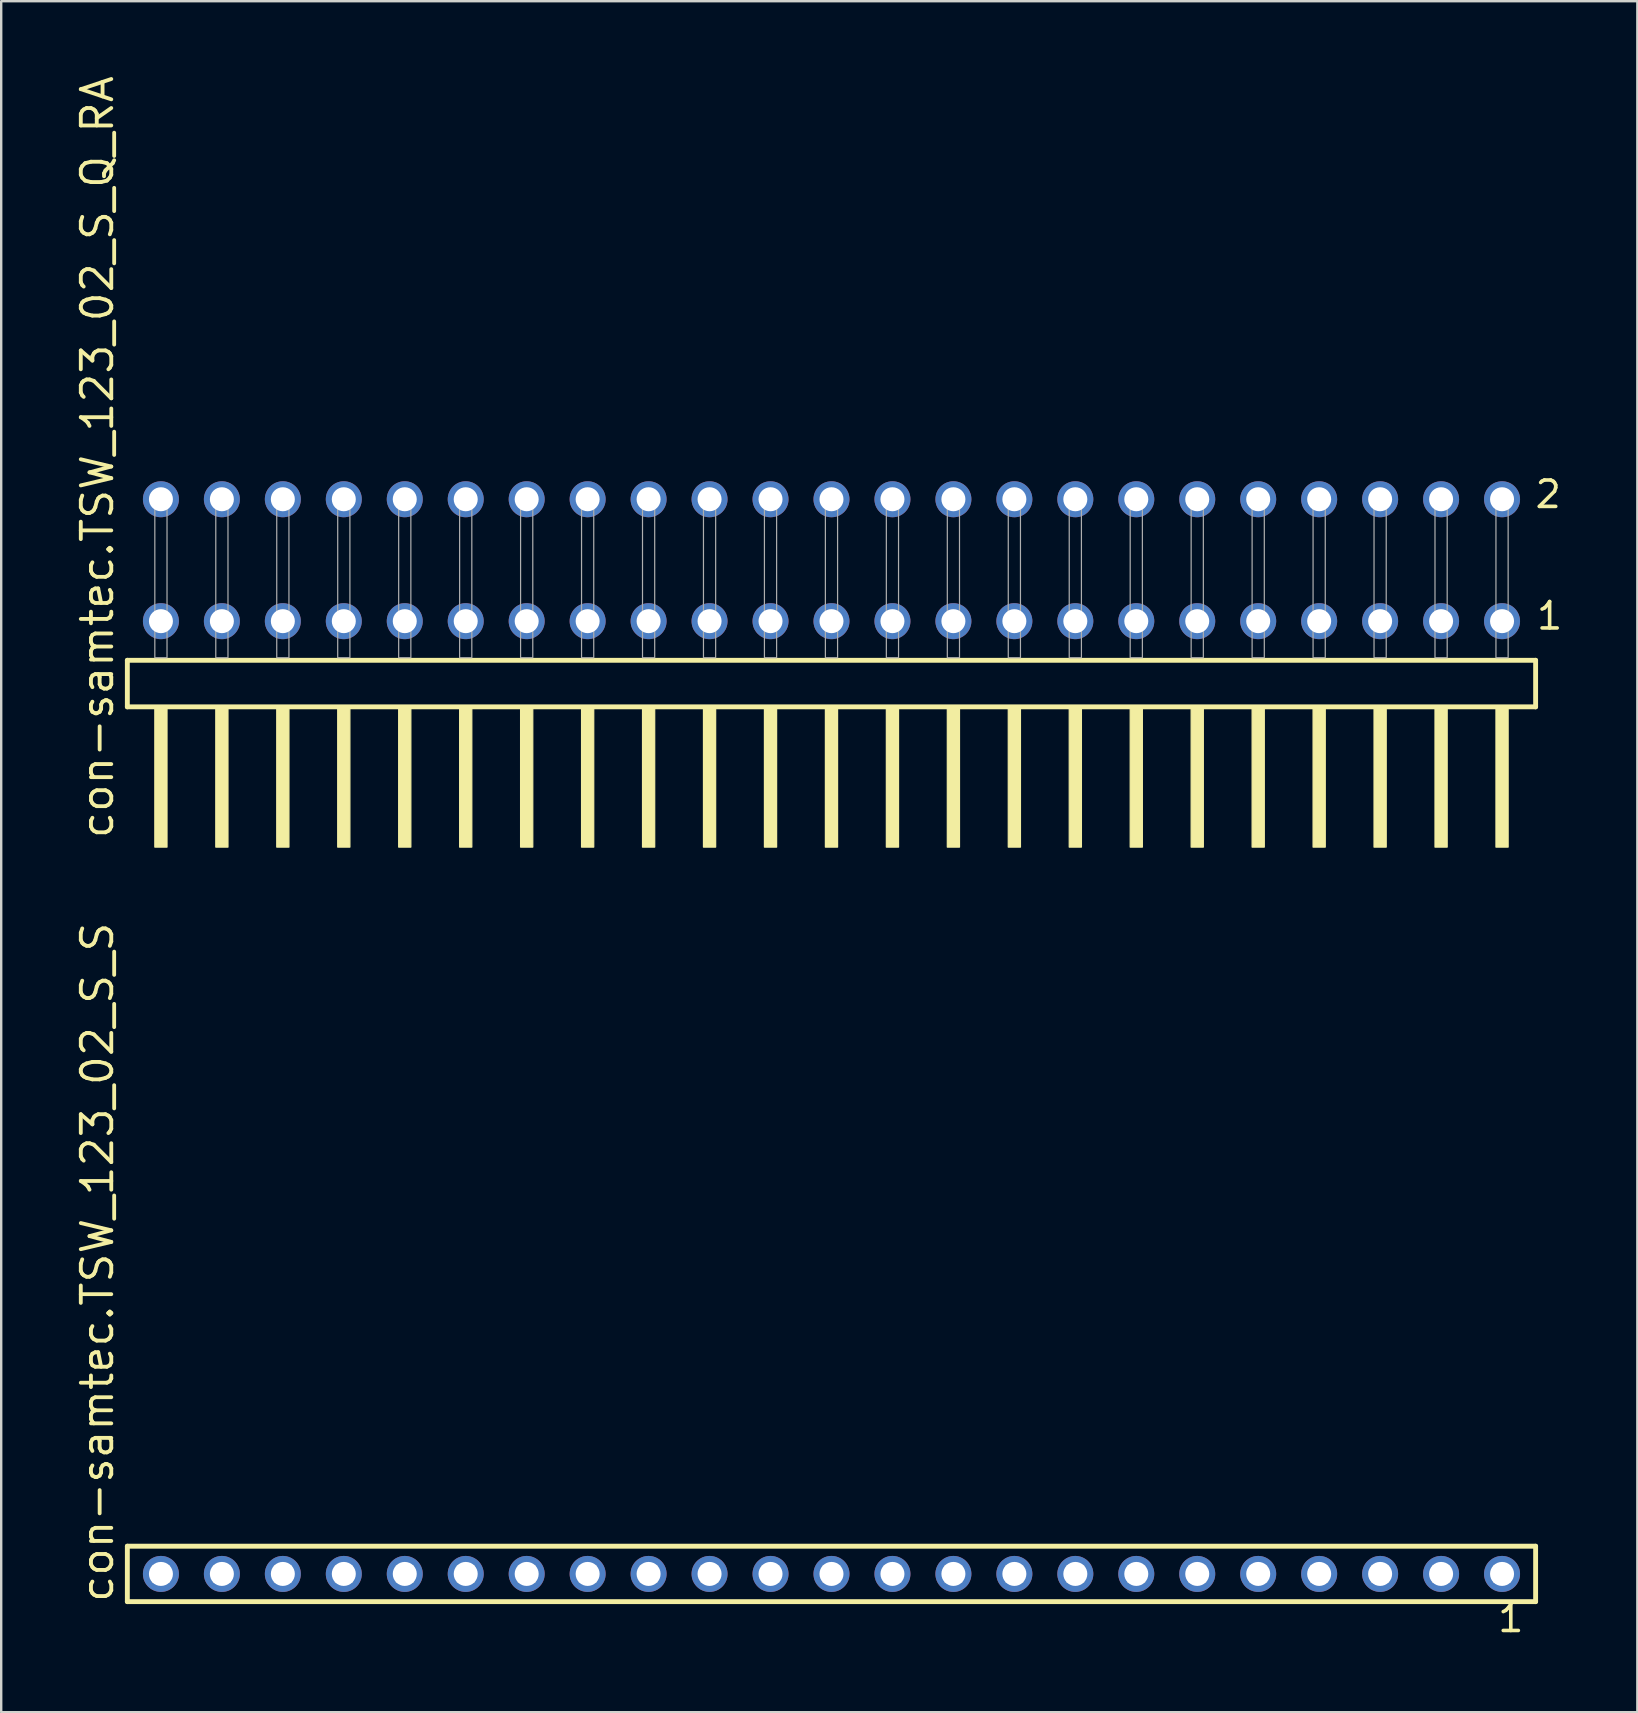
<source format=kicad_pcb>
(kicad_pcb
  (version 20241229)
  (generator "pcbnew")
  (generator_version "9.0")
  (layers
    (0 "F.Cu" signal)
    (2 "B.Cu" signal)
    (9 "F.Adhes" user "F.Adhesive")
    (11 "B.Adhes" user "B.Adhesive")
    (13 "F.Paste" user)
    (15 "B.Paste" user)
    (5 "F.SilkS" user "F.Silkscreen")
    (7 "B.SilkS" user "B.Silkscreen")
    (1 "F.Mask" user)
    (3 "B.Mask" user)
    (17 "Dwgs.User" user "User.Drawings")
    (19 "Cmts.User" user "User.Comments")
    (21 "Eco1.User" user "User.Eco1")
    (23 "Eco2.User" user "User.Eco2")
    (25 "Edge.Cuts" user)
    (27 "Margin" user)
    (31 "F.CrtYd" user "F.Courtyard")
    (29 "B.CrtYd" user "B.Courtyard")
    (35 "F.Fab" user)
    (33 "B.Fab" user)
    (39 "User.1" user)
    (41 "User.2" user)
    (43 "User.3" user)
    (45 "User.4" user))
  (footprint "con-samtec.TSW_123_02_S_Q_RA"
    (layer "F.Cu")
    (at 31.595 24.356)
    (property "Reference" "con-samtec.TSW_123_02_S_Q_RA" (at -29.845 7.62 90) (layer "F.SilkS") (effects (font (size 1.27 1.27) (thickness 0.16)) (justify left bottom)))
    (attr through_hole)
    (fp_line (start -29.339 0.106) (end -29.339 2.046) (stroke (width 0.203) (type default)) (layer "F.SilkS"))
    (fp_line (start -29.339 2.046) (end 29.339 2.046) (stroke (width 0.203) (type default)) (layer "F.SilkS"))
    (fp_line (start 29.339 0.106) (end -29.339 0.106) (stroke (width 0.203) (type default)) (layer "F.SilkS"))
    (fp_line (start 29.339 2.046) (end 29.339 0.106) (stroke (width 0.203) (type default)) (layer "F.SilkS"))
    (fp_rect (start -28.194 7.89) (end -27.686 2.04) (stroke (width 0.05) (type default)) (fill yes) (layer "F.SilkS"))
    (fp_rect (start -25.654 7.89) (end -25.146 2.04) (stroke (width 0.05) (type default)) (fill yes) (layer "F.SilkS"))
    (fp_rect (start -23.114 7.89) (end -22.606 2.04) (stroke (width 0.05) (type default)) (fill yes) (layer "F.SilkS"))
    (fp_rect (start -20.574 7.89) (end -20.066 2.04) (stroke (width 0.05) (type default)) (fill yes) (layer "F.SilkS"))
    (fp_rect (start -18.034 7.89) (end -17.526 2.04) (stroke (width 0.05) (type default)) (fill yes) (layer "F.SilkS"))
    (fp_rect (start -15.494 7.89) (end -14.986 2.04) (stroke (width 0.05) (type default)) (fill yes) (layer "F.SilkS"))
    (fp_rect (start -12.954 7.89) (end -12.446 2.04) (stroke (width 0.05) (type default)) (fill yes) (layer "F.SilkS"))
    (fp_rect (start -10.414 7.89) (end -9.906 2.04) (stroke (width 0.05) (type default)) (fill yes) (layer "F.SilkS"))
    (fp_rect (start -7.874 7.89) (end -7.366 2.04) (stroke (width 0.05) (type default)) (fill yes) (layer "F.SilkS"))
    (fp_rect (start -5.334 7.89) (end -4.826 2.04) (stroke (width 0.05) (type default)) (fill yes) (layer "F.SilkS"))
    (fp_rect (start -2.794 7.89) (end -2.286 2.04) (stroke (width 0.05) (type default)) (fill yes) (layer "F.SilkS"))
    (fp_rect (start -0.254 7.89) (end 0.254 2.04) (stroke (width 0.05) (type default)) (fill yes) (layer "F.SilkS"))
    (fp_rect (start 2.286 7.89) (end 2.794 2.04) (stroke (width 0.05) (type default)) (fill yes) (layer "F.SilkS"))
    (fp_rect (start 4.826 7.89) (end 5.334 2.04) (stroke (width 0.05) (type default)) (fill yes) (layer "F.SilkS"))
    (fp_rect (start 7.366 7.89) (end 7.874 2.04) (stroke (width 0.05) (type default)) (fill yes) (layer "F.SilkS"))
    (fp_rect (start 9.906 7.89) (end 10.414 2.04) (stroke (width 0.05) (type default)) (fill yes) (layer "F.SilkS"))
    (fp_rect (start 12.446 7.89) (end 12.954 2.04) (stroke (width 0.05) (type default)) (fill yes) (layer "F.SilkS"))
    (fp_rect (start 14.986 7.89) (end 15.494 2.04) (stroke (width 0.05) (type default)) (fill yes) (layer "F.SilkS"))
    (fp_rect (start 17.526 7.89) (end 18.034 2.04) (stroke (width 0.05) (type default)) (fill yes) (layer "F.SilkS"))
    (fp_rect (start 20.066 7.89) (end 20.574 2.04) (stroke (width 0.05) (type default)) (fill yes) (layer "F.SilkS"))
    (fp_rect (start 22.606 7.89) (end 23.114 2.04) (stroke (width 0.05) (type default)) (fill yes) (layer "F.SilkS"))
    (fp_rect (start 25.146 7.89) (end 25.654 2.04) (stroke (width 0.05) (type default)) (fill yes) (layer "F.SilkS"))
    (fp_rect (start 27.686 7.89) (end 28.194 2.04) (stroke (width 0.05) (type default)) (fill yes) (layer "F.SilkS"))
    (fp_rect (start -28.194 0) (end -27.686 -6.858) (stroke (width 0.05) (type default)) (fill no) (layer "F.Fab"))
    (fp_rect (start -25.654 0) (end -25.146 -6.858) (stroke (width 0.05) (type default)) (fill no) (layer "F.Fab"))
    (fp_rect (start -23.114 0) (end -22.606 -6.858) (stroke (width 0.05) (type default)) (fill no) (layer "F.Fab"))
    (fp_rect (start -20.574 0) (end -20.066 -6.858) (stroke (width 0.05) (type default)) (fill no) (layer "F.Fab"))
    (fp_rect (start -18.034 0) (end -17.526 -6.858) (stroke (width 0.05) (type default)) (fill no) (layer "F.Fab"))
    (fp_rect (start -15.494 0) (end -14.986 -6.858) (stroke (width 0.05) (type default)) (fill no) (layer "F.Fab"))
    (fp_rect (start -12.954 0) (end -12.446 -6.858) (stroke (width 0.05) (type default)) (fill no) (layer "F.Fab"))
    (fp_rect (start -10.414 0) (end -9.906 -6.858) (stroke (width 0.05) (type default)) (fill no) (layer "F.Fab"))
    (fp_rect (start -7.874 0) (end -7.366 -6.858) (stroke (width 0.05) (type default)) (fill no) (layer "F.Fab"))
    (fp_rect (start -5.334 0) (end -4.826 -6.858) (stroke (width 0.05) (type default)) (fill no) (layer "F.Fab"))
    (fp_rect (start -2.794 0) (end -2.286 -6.858) (stroke (width 0.05) (type default)) (fill no) (layer "F.Fab"))
    (fp_rect (start -0.254 0) (end 0.254 -6.858) (stroke (width 0.05) (type default)) (fill no) (layer "F.Fab"))
    (fp_rect (start 2.286 0) (end 2.794 -6.858) (stroke (width 0.05) (type default)) (fill no) (layer "F.Fab"))
    (fp_rect (start 4.826 0) (end 5.334 -6.858) (stroke (width 0.05) (type default)) (fill no) (layer "F.Fab"))
    (fp_rect (start 7.366 0) (end 7.874 -6.858) (stroke (width 0.05) (type default)) (fill no) (layer "F.Fab"))
    (fp_rect (start 9.906 0) (end 10.414 -6.858) (stroke (width 0.05) (type default)) (fill no) (layer "F.Fab"))
    (fp_rect (start 12.446 0) (end 12.954 -6.858) (stroke (width 0.05) (type default)) (fill no) (layer "F.Fab"))
    (fp_rect (start 14.986 0) (end 15.494 -6.858) (stroke (width 0.05) (type default)) (fill no) (layer "F.Fab"))
    (fp_rect (start 17.526 0) (end 18.034 -6.858) (stroke (width 0.05) (type default)) (fill no) (layer "F.Fab"))
    (fp_rect (start 20.066 0) (end 20.574 -6.858) (stroke (width 0.05) (type default)) (fill no) (layer "F.Fab"))
    (fp_rect (start 22.606 0) (end 23.114 -6.858) (stroke (width 0.05) (type default)) (fill no) (layer "F.Fab"))
    (fp_rect (start 25.146 0) (end 25.654 -6.858) (stroke (width 0.05) (type default)) (fill no) (layer "F.Fab"))
    (fp_rect (start 27.686 0) (end 28.194 -6.858) (stroke (width 0.05) (type default)) (fill no) (layer "F.Fab"))
    (fp_text user "2" (at 29.24 -6.165 0) (layer "F.SilkS") (effects (font (size 1.1 1.1) (thickness 0.15)) (justify left bottom)))
    (fp_text user "1" (at 29.3 -1.1 0) (layer "F.SilkS") (effects (font (size 1.1 1.1) (thickness 0.15)) (justify left bottom)))
    (pad "1" thru_hole circle (at 27.94 -1.524 180) (size 1.5 1.5) (drill 1) (layers "*.Cu" "*.Mask"))
    (pad "2" thru_hole circle (at 27.94 -6.604 180) (size 1.5 1.5) (drill 1) (layers "*.Cu" "*.Mask"))
    (pad "3" thru_hole circle (at 25.4 -1.524 180) (size 1.5 1.5) (drill 1) (layers "*.Cu" "*.Mask"))
    (pad "4" thru_hole circle (at 25.4 -6.604 180) (size 1.5 1.5) (drill 1) (layers "*.Cu" "*.Mask"))
    (pad "5" thru_hole circle (at 22.86 -1.524 180) (size 1.5 1.5) (drill 1) (layers "*.Cu" "*.Mask"))
    (pad "6" thru_hole circle (at 22.86 -6.604 180) (size 1.5 1.5) (drill 1) (layers "*.Cu" "*.Mask"))
    (pad "7" thru_hole circle (at 20.32 -1.524 180) (size 1.5 1.5) (drill 1) (layers "*.Cu" "*.Mask"))
    (pad "8" thru_hole circle (at 20.32 -6.604 180) (size 1.5 1.5) (drill 1) (layers "*.Cu" "*.Mask"))
    (pad "9" thru_hole circle (at 17.78 -1.524 180) (size 1.5 1.5) (drill 1) (layers "*.Cu" "*.Mask"))
    (pad "10" thru_hole circle (at 17.78 -6.604 180) (size 1.5 1.5) (drill 1) (layers "*.Cu" "*.Mask"))
    (pad "11" thru_hole circle (at 15.24 -1.524 180) (size 1.5 1.5) (drill 1) (layers "*.Cu" "*.Mask"))
    (pad "12" thru_hole circle (at 15.24 -6.604 180) (size 1.5 1.5) (drill 1) (layers "*.Cu" "*.Mask"))
    (pad "13" thru_hole circle (at 12.7 -1.524 180) (size 1.5 1.5) (drill 1) (layers "*.Cu" "*.Mask"))
    (pad "14" thru_hole circle (at 12.7 -6.604 180) (size 1.5 1.5) (drill 1) (layers "*.Cu" "*.Mask"))
    (pad "15" thru_hole circle (at 10.16 -1.524 180) (size 1.5 1.5) (drill 1) (layers "*.Cu" "*.Mask"))
    (pad "16" thru_hole circle (at 10.16 -6.604 180) (size 1.5 1.5) (drill 1) (layers "*.Cu" "*.Mask"))
    (pad "17" thru_hole circle (at 7.62 -1.524 180) (size 1.5 1.5) (drill 1) (layers "*.Cu" "*.Mask"))
    (pad "18" thru_hole circle (at 7.62 -6.604 180) (size 1.5 1.5) (drill 1) (layers "*.Cu" "*.Mask"))
    (pad "19" thru_hole circle (at 5.08 -1.524 180) (size 1.5 1.5) (drill 1) (layers "*.Cu" "*.Mask"))
    (pad "20" thru_hole circle (at 5.08 -6.604 180) (size 1.5 1.5) (drill 1) (layers "*.Cu" "*.Mask"))
    (pad "21" thru_hole circle (at 2.54 -1.524 180) (size 1.5 1.5) (drill 1) (layers "*.Cu" "*.Mask"))
    (pad "22" thru_hole circle (at 2.54 -6.604 180) (size 1.5 1.5) (drill 1) (layers "*.Cu" "*.Mask"))
    (pad "23" thru_hole circle (at 0 -1.524 180) (size 1.5 1.5) (drill 1) (layers "*.Cu" "*.Mask"))
    (pad "24" thru_hole circle (at 0 -6.604 180) (size 1.5 1.5) (drill 1) (layers "*.Cu" "*.Mask"))
    (pad "25" thru_hole circle (at -2.54 -1.524 180) (size 1.5 1.5) (drill 1) (layers "*.Cu" "*.Mask"))
    (pad "26" thru_hole circle (at -2.54 -6.604 180) (size 1.5 1.5) (drill 1) (layers "*.Cu" "*.Mask"))
    (pad "27" thru_hole circle (at -5.08 -1.524 180) (size 1.5 1.5) (drill 1) (layers "*.Cu" "*.Mask"))
    (pad "28" thru_hole circle (at -5.08 -6.604 180) (size 1.5 1.5) (drill 1) (layers "*.Cu" "*.Mask"))
    (pad "29" thru_hole circle (at -7.62 -1.524 180) (size 1.5 1.5) (drill 1) (layers "*.Cu" "*.Mask"))
    (pad "30" thru_hole circle (at -7.62 -6.604 180) (size 1.5 1.5) (drill 1) (layers "*.Cu" "*.Mask"))
    (pad "31" thru_hole circle (at -10.16 -1.524 180) (size 1.5 1.5) (drill 1) (layers "*.Cu" "*.Mask"))
    (pad "32" thru_hole circle (at -10.16 -6.604 180) (size 1.5 1.5) (drill 1) (layers "*.Cu" "*.Mask"))
    (pad "33" thru_hole circle (at -12.7 -1.524 180) (size 1.5 1.5) (drill 1) (layers "*.Cu" "*.Mask"))
    (pad "34" thru_hole circle (at -12.7 -6.604 180) (size 1.5 1.5) (drill 1) (layers "*.Cu" "*.Mask"))
    (pad "35" thru_hole circle (at -15.24 -1.524 180) (size 1.5 1.5) (drill 1) (layers "*.Cu" "*.Mask"))
    (pad "36" thru_hole circle (at -15.24 -6.604 180) (size 1.5 1.5) (drill 1) (layers "*.Cu" "*.Mask"))
    (pad "37" thru_hole circle (at -17.78 -1.524 180) (size 1.5 1.5) (drill 1) (layers "*.Cu" "*.Mask"))
    (pad "38" thru_hole circle (at -17.78 -6.604 180) (size 1.5 1.5) (drill 1) (layers "*.Cu" "*.Mask"))
    (pad "39" thru_hole circle (at -20.32 -1.524 180) (size 1.5 1.5) (drill 1) (layers "*.Cu" "*.Mask"))
    (pad "40" thru_hole circle (at -20.32 -6.604 180) (size 1.5 1.5) (drill 1) (layers "*.Cu" "*.Mask"))
    (pad "41" thru_hole circle (at -22.86 -1.524 180) (size 1.5 1.5) (drill 1) (layers "*.Cu" "*.Mask"))
    (pad "42" thru_hole circle (at -22.86 -6.604 180) (size 1.5 1.5) (drill 1) (layers "*.Cu" "*.Mask"))
    (pad "43" thru_hole circle (at -25.4 -1.524 180) (size 1.5 1.5) (drill 1) (layers "*.Cu" "*.Mask"))
    (pad "44" thru_hole circle (at -25.4 -6.604 180) (size 1.5 1.5) (drill 1) (layers "*.Cu" "*.Mask"))
    (pad "45" thru_hole circle (at -27.94 -1.524 180) (size 1.5 1.5) (drill 1) (layers "*.Cu" "*.Mask"))
    (pad "46" thru_hole circle (at -27.94 -6.604 180) (size 1.5 1.5) (drill 1) (layers "*.Cu" "*.Mask")))
  (footprint "con-samtec.TSW_123_02_S_S"
    (layer "F.Cu")
    (at 31.595 62.53)
    (property "Reference" "con-samtec.TSW_123_02_S_S" (at -29.845 1.27 90) (layer "F.SilkS") (effects (font (size 1.27 1.27) (thickness 0.16)) (justify left bottom)))
    (attr through_hole)
    (fp_line (start -29.339 -1.155) (end 29.339 -1.155) (stroke (width 0.203) (type default)) (layer "F.SilkS"))
    (fp_line (start -29.339 1.155) (end -29.339 -1.155) (stroke (width 0.203) (type default)) (layer "F.SilkS"))
    (fp_line (start 29.339 -1.155) (end 29.339 1.155) (stroke (width 0.203) (type default)) (layer "F.SilkS"))
    (fp_line (start 29.339 1.155) (end -29.339 1.155) (stroke (width 0.203) (type default)) (layer "F.SilkS"))
    (fp_rect (start -28.29 0.35) (end -27.59 -0.35) (stroke (width 0.05) (type default)) (fill no) (layer "F.Fab"))
    (fp_rect (start -25.75 0.35) (end -25.05 -0.35) (stroke (width 0.05) (type default)) (fill no) (layer "F.Fab"))
    (fp_rect (start -23.21 0.35) (end -22.51 -0.35) (stroke (width 0.05) (type default)) (fill no) (layer "F.Fab"))
    (fp_rect (start -20.67 0.35) (end -19.97 -0.35) (stroke (width 0.05) (type default)) (fill no) (layer "F.Fab"))
    (fp_rect (start -18.13 0.35) (end -17.43 -0.35) (stroke (width 0.05) (type default)) (fill no) (layer "F.Fab"))
    (fp_rect (start -15.59 0.35) (end -14.89 -0.35) (stroke (width 0.05) (type default)) (fill no) (layer "F.Fab"))
    (fp_rect (start -13.05 0.35) (end -12.35 -0.35) (stroke (width 0.05) (type default)) (fill no) (layer "F.Fab"))
    (fp_rect (start -10.51 0.35) (end -9.81 -0.35) (stroke (width 0.05) (type default)) (fill no) (layer "F.Fab"))
    (fp_rect (start -7.97 0.35) (end -7.27 -0.35) (stroke (width 0.05) (type default)) (fill no) (layer "F.Fab"))
    (fp_rect (start -5.43 0.35) (end -4.73 -0.35) (stroke (width 0.05) (type default)) (fill no) (layer "F.Fab"))
    (fp_rect (start -2.89 0.35) (end -2.19 -0.35) (stroke (width 0.05) (type default)) (fill no) (layer "F.Fab"))
    (fp_rect (start -0.35 0.35) (end 0.35 -0.35) (stroke (width 0.05) (type default)) (fill no) (layer "F.Fab"))
    (fp_rect (start 2.19 0.35) (end 2.89 -0.35) (stroke (width 0.05) (type default)) (fill no) (layer "F.Fab"))
    (fp_rect (start 4.73 0.35) (end 5.43 -0.35) (stroke (width 0.05) (type default)) (fill no) (layer "F.Fab"))
    (fp_rect (start 7.27 0.35) (end 7.97 -0.35) (stroke (width 0.05) (type default)) (fill no) (layer "F.Fab"))
    (fp_rect (start 9.81 0.35) (end 10.51 -0.35) (stroke (width 0.05) (type default)) (fill no) (layer "F.Fab"))
    (fp_rect (start 12.35 0.35) (end 13.05 -0.35) (stroke (width 0.05) (type default)) (fill no) (layer "F.Fab"))
    (fp_rect (start 14.89 0.35) (end 15.59 -0.35) (stroke (width 0.05) (type default)) (fill no) (layer "F.Fab"))
    (fp_rect (start 17.43 0.35) (end 18.13 -0.35) (stroke (width 0.05) (type default)) (fill no) (layer "F.Fab"))
    (fp_rect (start 19.97 0.35) (end 20.67 -0.35) (stroke (width 0.05) (type default)) (fill no) (layer "F.Fab"))
    (fp_rect (start 22.51 0.35) (end 23.21 -0.35) (stroke (width 0.05) (type default)) (fill no) (layer "F.Fab"))
    (fp_rect (start 25.05 0.35) (end 25.75 -0.35) (stroke (width 0.05) (type default)) (fill no) (layer "F.Fab"))
    (fp_rect (start 27.59 0.35) (end 28.29 -0.35) (stroke (width 0.05) (type default)) (fill no) (layer "F.Fab"))
    (fp_text user "1" (at 27.682 2.498 0) (layer "F.SilkS") (effects (font (size 1.1 1.1) (thickness 0.15)) (justify left bottom)))
    (pad "1" thru_hole circle (at 27.94 0 180) (size 1.5 1.5) (drill 1) (layers "*.Cu" "*.Mask"))
    (pad "2" thru_hole circle (at 25.4 0 180) (size 1.5 1.5) (drill 1) (layers "*.Cu" "*.Mask"))
    (pad "3" thru_hole circle (at 22.86 0 180) (size 1.5 1.5) (drill 1) (layers "*.Cu" "*.Mask"))
    (pad "4" thru_hole circle (at 20.32 0 180) (size 1.5 1.5) (drill 1) (layers "*.Cu" "*.Mask"))
    (pad "5" thru_hole circle (at 17.78 0 180) (size 1.5 1.5) (drill 1) (layers "*.Cu" "*.Mask"))
    (pad "6" thru_hole circle (at 15.24 0 180) (size 1.5 1.5) (drill 1) (layers "*.Cu" "*.Mask"))
    (pad "7" thru_hole circle (at 12.7 0 180) (size 1.5 1.5) (drill 1) (layers "*.Cu" "*.Mask"))
    (pad "8" thru_hole circle (at 10.16 0 180) (size 1.5 1.5) (drill 1) (layers "*.Cu" "*.Mask"))
    (pad "9" thru_hole circle (at 7.62 0 180) (size 1.5 1.5) (drill 1) (layers "*.Cu" "*.Mask"))
    (pad "10" thru_hole circle (at 5.08 0 180) (size 1.5 1.5) (drill 1) (layers "*.Cu" "*.Mask"))
    (pad "11" thru_hole circle (at 2.54 0 180) (size 1.5 1.5) (drill 1) (layers "*.Cu" "*.Mask"))
    (pad "12" thru_hole circle (at 0 0 180) (size 1.5 1.5) (drill 1) (layers "*.Cu" "*.Mask"))
    (pad "13" thru_hole circle (at -2.54 0 180) (size 1.5 1.5) (drill 1) (layers "*.Cu" "*.Mask"))
    (pad "14" thru_hole circle (at -5.08 0 180) (size 1.5 1.5) (drill 1) (layers "*.Cu" "*.Mask"))
    (pad "15" thru_hole circle (at -7.62 0 180) (size 1.5 1.5) (drill 1) (layers "*.Cu" "*.Mask"))
    (pad "16" thru_hole circle (at -10.16 0 180) (size 1.5 1.5) (drill 1) (layers "*.Cu" "*.Mask"))
    (pad "17" thru_hole circle (at -12.7 0 180) (size 1.5 1.5) (drill 1) (layers "*.Cu" "*.Mask"))
    (pad "18" thru_hole circle (at -15.24 0 180) (size 1.5 1.5) (drill 1) (layers "*.Cu" "*.Mask"))
    (pad "19" thru_hole circle (at -17.78 0 180) (size 1.5 1.5) (drill 1) (layers "*.Cu" "*.Mask"))
    (pad "20" thru_hole circle (at -20.32 0 180) (size 1.5 1.5) (drill 1) (layers "*.Cu" "*.Mask"))
    (pad "21" thru_hole circle (at -22.86 0 180) (size 1.5 1.5) (drill 1) (layers "*.Cu" "*.Mask"))
    (pad "22" thru_hole circle (at -25.4 0 180) (size 1.5 1.5) (drill 1) (layers "*.Cu" "*.Mask"))
    (pad "23" thru_hole circle (at -27.94 0 180) (size 1.5 1.5) (drill 1) (layers "*.Cu" "*.Mask")))
  (gr_rect
    (start -3 -3)
    (end 65.173 68.291)
    (stroke (width 0.1) (type default))
    (fill no)
    (layer "Edge.Cuts")))
</source>
